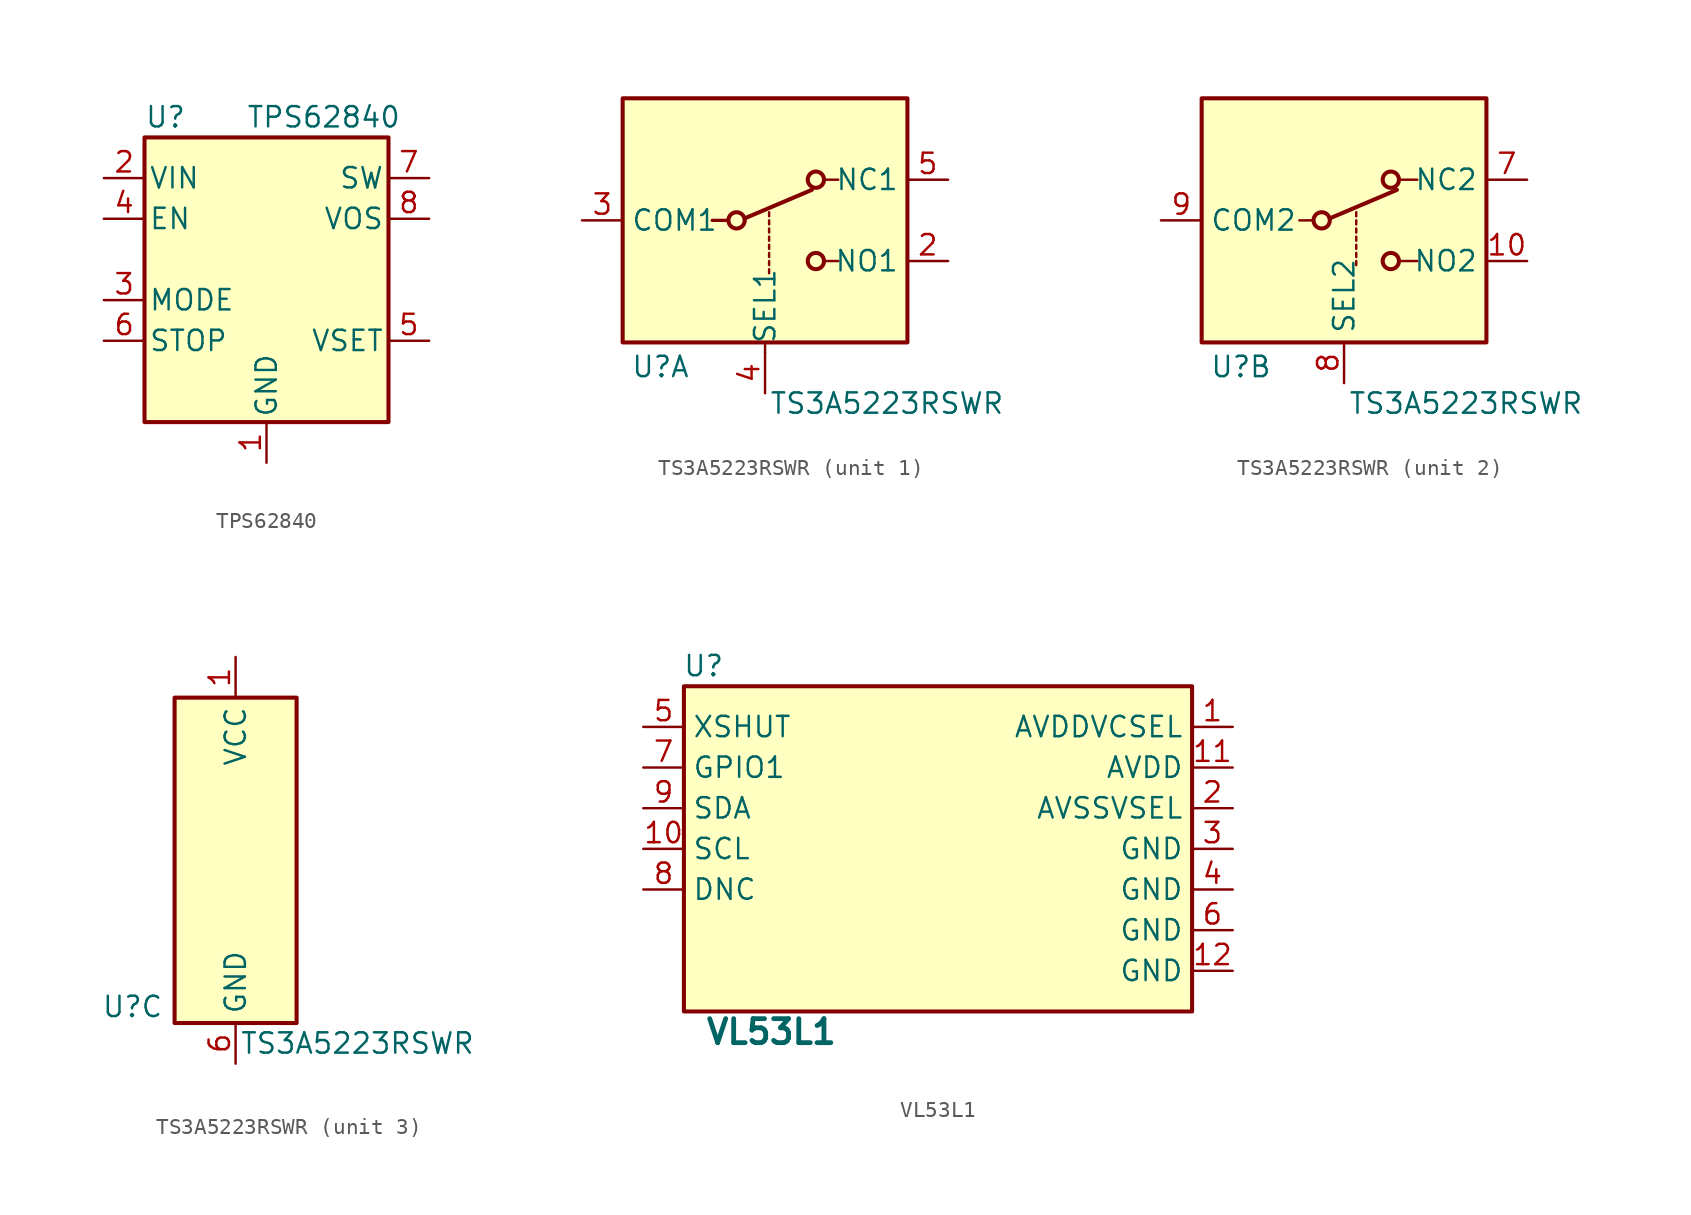
<source format=kicad_sym>
(kicad_symbol_lib
  (version 20211014)
  (generator kicad_symbol_editor)
  (symbol "TPS62840"
    (pin_names
      (offset 0.254))
    (property "Reference" "U"
      (at -7.62 11.43 0)
      (effects (font (size 1.27 1.27)) (justify left)))
    (property "Value" "TPS62840"
      (at -1.27 11.43 0)
      (effects (font (size 1.27 1.27)) (justify left)))
    (symbol "TPS62840_0_1"
      (rectangle (start -7.62 10.16) (end 7.62 -7.62) (stroke (width 0.254) (type default) (color 0 0 0 0)) (fill (type background))))
    (symbol "TPS62840_1_1"
      (pin power_in line (at 0 -10.16 90) (length 2.54) (name "GND" (effects (font (size 1.27 1.27)))) (number "1" (effects (font (size 1.27 1.27)))))
      (pin power_in line (at -10.16 7.62 0) (length 2.54) (name "VIN" (effects (font (size 1.27 1.27)))) (number "2" (effects (font (size 1.27 1.27)))))
      (pin input line (at -10.16 0 0) (length 2.54) (name "MODE" (effects (font (size 1.27 1.27)))) (number "3" (effects (font (size 1.27 1.27)))))
      (pin input line (at -10.16 5.08 0) (length 2.54) (name "EN" (effects (font (size 1.27 1.27)))) (number "4" (effects (font (size 1.27 1.27)))))
      (pin input line (at 10.16 -2.54 180) (length 2.54) (name "VSET" (effects (font (size 1.27 1.27)))) (number "5" (effects (font (size 1.27 1.27)))))
      (pin input line (at -10.16 -2.54 0) (length 2.54) (name "STOP" (effects (font (size 1.27 1.27)))) (number "6" (effects (font (size 1.27 1.27)))))
      (pin output line (at 10.16 7.62 180) (length 2.54) (name "SW" (effects (font (size 1.27 1.27)))) (number "7" (effects (font (size 1.27 1.27)))))
      (pin input line (at 10.16 5.08 180) (length 2.54) (name "VOS" (effects (font (size 1.27 1.27)))) (number "8" (effects (font (size 1.27 1.27)))))))
  (symbol "TS3A5223RSWR"
    (property "Reference" "U"
      (at -8.382 -9.144 0)
      (effects (font (size 1.27 1.27)) (justify left)))
    (property "Value" "TS3A5223RSWR"
      (at 0.254 -11.43 0)
      (effects (font (size 1.27 1.27)) (justify left)))
    (property "ki_locked" ""
      (at 0 0 0)
      (effects (font (size 1.27 1.27))))
    (symbol "TS3A5223RSWR_1_1"
      (rectangle (start -8.89 7.62) (end 8.89 -7.62) (stroke (width 0.254) (type default) (color 0 0 0 0)) (fill (type background)))
      (circle (center -1.778 0) (radius 0.508) (stroke (width 0.254) (type default) (color 0 0 0 0)) (fill (type none)))
      (polyline (pts (xy -3.302 0) (xy -2.286 0)) (stroke (width 0.203) (type default) (color 0 0 0 0)) (fill (type none)))
      (polyline (pts (xy -1.27 0.127) (xy 2.921 1.905)) (stroke (width 0.254) (type default) (color 0 0 0 0)) (fill (type none)))
      (polyline (pts (xy 0 -8.255) (xy 0 -7.747)) (stroke (width 0) (type default) (color 0 0 0 0)) (fill (type none)))
      (polyline (pts (xy 0.254 -3.302) (xy 0.254 -3.048)) (stroke (width 0) (type default) (color 0 0 0 0)) (fill (type none)))
      (polyline (pts (xy 0.254 -2.794) (xy 0.254 -2.54)) (stroke (width 0) (type default) (color 0 0 0 0)) (fill (type none)))
      (polyline (pts (xy 0.254 -2.286) (xy 0.254 -2.032)) (stroke (width 0) (type default) (color 0 0 0 0)) (fill (type none)))
      (polyline (pts (xy 0.254 -1.778) (xy 0.254 -1.524)) (stroke (width 0) (type default) (color 0 0 0 0)) (fill (type none)))
      (polyline (pts (xy 0.254 -1.27) (xy 0.254 -1.016)) (stroke (width 0) (type default) (color 0 0 0 0)) (fill (type none)))
      (polyline (pts (xy 0.254 -0.762) (xy 0.254 -0.508)) (stroke (width 0) (type default) (color 0 0 0 0)) (fill (type none)))
      (polyline (pts (xy 0.254 -0.254) (xy 0.254 0)) (stroke (width 0) (type default) (color 0 0 0 0)) (fill (type none)))
      (polyline (pts (xy 0.254 0.254) (xy 0.254 0.508)) (stroke (width 0) (type default) (color 0 0 0 0)) (fill (type none)))
      (polyline (pts (xy 4.572 -2.54) (xy 3.81 -2.54)) (stroke (width 0) (type default) (color 0 0 0 0)) (fill (type none)))
      (polyline (pts (xy 4.572 2.54) (xy 3.81 2.54)) (stroke (width 0) (type default) (color 0 0 0 0)) (fill (type none)))
      (circle (center 3.175 -2.54) (radius 0.508) (stroke (width 0.254) (type default) (color 0 0 0 0)) (fill (type none)))
      (circle (center 3.175 2.54) (radius 0.508) (stroke (width 0.254) (type default) (color 0 0 0 0)) (fill (type none)))
      (pin bidirectional line (at 11.43 -2.54 180) (length 2.54) (name "NO1" (effects (font (size 1.27 1.27)))) (number "2" (effects (font (size 1.27 1.27)))))
      (pin bidirectional line (at -11.43 0 0) (length 2.54) (name "COM1" (effects (font (size 1.27 1.27)))) (number "3" (effects (font (size 1.27 1.27)))))
      (pin bidirectional line (at 0 -10.795 90) (length 2.54) (name "SEL1" (effects (font (size 1.27 1.27)))) (number "4" (effects (font (size 1.27 1.27)))))
      (pin bidirectional line (at 11.43 2.54 180) (length 2.54) (name "NC1" (effects (font (size 1.27 1.27)))) (number "5" (effects (font (size 1.27 1.27))))))
    (symbol "TS3A5223RSWR_2_1"
      (rectangle (start -8.89 7.62) (end 8.89 -7.62) (stroke (width 0.254) (type default) (color 0 0 0 0)) (fill (type background)))
      (circle (center -1.397 0) (radius 0.508) (stroke (width 0.254) (type default) (color 0 0 0 0)) (fill (type none)))
      (polyline (pts (xy -2.032 0) (xy -2.794 0)) (stroke (width 0) (type default) (color 0 0 0 0)) (fill (type none)))
      (polyline (pts (xy -0.889 0.127) (xy 3.302 1.905)) (stroke (width 0.254) (type default) (color 0 0 0 0)) (fill (type none)))
      (polyline (pts (xy 0.762 -2.794) (xy 0.762 -2.54)) (stroke (width 0) (type default) (color 0 0 0 0)) (fill (type none)))
      (polyline (pts (xy 0.762 -2.286) (xy 0.762 -2.032)) (stroke (width 0) (type default) (color 0 0 0 0)) (fill (type none)))
      (polyline (pts (xy 0.762 -1.778) (xy 0.762 -1.524)) (stroke (width 0) (type default) (color 0 0 0 0)) (fill (type none)))
      (polyline (pts (xy 0.762 -1.27) (xy 0.762 -1.016)) (stroke (width 0) (type default) (color 0 0 0 0)) (fill (type none)))
      (polyline (pts (xy 0.762 -0.762) (xy 0.762 -0.508)) (stroke (width 0) (type default) (color 0 0 0 0)) (fill (type none)))
      (polyline (pts (xy 0.762 -0.254) (xy 0.762 0)) (stroke (width 0) (type default) (color 0 0 0 0)) (fill (type none)))
      (polyline (pts (xy 0.762 0.254) (xy 0.762 0.508)) (stroke (width 0) (type default) (color 0 0 0 0)) (fill (type none)))
      (polyline (pts (xy 4.572 -2.54) (xy 3.556 -2.54)) (stroke (width 0) (type default) (color 0 0 0 0)) (fill (type none)))
      (polyline (pts (xy 4.572 2.54) (xy 3.556 2.54)) (stroke (width 0) (type default) (color 0 0 0 0)) (fill (type none)))
      (circle (center 2.921 -2.54) (radius 0.508) (stroke (width 0.254) (type default) (color 0 0 0 0)) (fill (type none)))
      (circle (center 2.921 2.54) (radius 0.508) (stroke (width 0.254) (type default) (color 0 0 0 0)) (fill (type none)))
      (pin bidirectional line (at 11.43 -2.54 180) (length 2.54) (name "NO2" (effects (font (size 1.27 1.27)))) (number "10" (effects (font (size 1.27 1.27)))))
      (pin bidirectional line (at 11.43 2.54 180) (length 2.54) (name "NC2" (effects (font (size 1.27 1.27)))) (number "7" (effects (font (size 1.27 1.27)))))
      (pin bidirectional line (at 0 -10.16 90) (length 2.54) (name "SEL2" (effects (font (size 1.27 1.27)))) (number "8" (effects (font (size 1.27 1.27)))))
      (pin passive line (at -11.43 0 0) (length 2.54) (name "COM2" (effects (font (size 1.27 1.27)))) (number "9" (effects (font (size 1.27 1.27))))))
    (symbol "TS3A5223RSWR_3_1"
      (rectangle (start -3.81 10.16) (end 3.81 -10.16) (stroke (width 0.254) (type default) (color 0 0 0 0)) (fill (type background)))
      (pin power_in line (at 0 12.7 270) (length 2.54) (name "VCC" (effects (font (size 1.27 1.27)))) (number "1" (effects (font (size 1.27 1.27)))))
      (pin power_in line (at 0 -12.7 90) (length 2.54) (name "GND" (effects (font (size 1.27 1.27)))) (number "6" (effects (font (size 1.27 1.27)))))))
  (symbol "VL53L1"
    (property "Reference" "U"
      (at -13.97 11.43 0)
      (effects (font (size 1.27 1.27)) (justify right)))
    (property "Value" "VL53L1"
      (at -15.24 -11.43 0)
      (effects (font (size 1.499 1.499) bold) (justify left)))
    (symbol "VL53L1_0_1"
      (rectangle (start -16.51 10.16) (end 15.24 -10.16) (stroke (width 0.254) (type default) (color 0 0 0 0)) (fill (type background))))
    (symbol "VL53L1_1_1"
      (pin power_in line (at 17.78 7.62 180) (length 2.54) (name "AVDDVCSEL" (effects (font (size 1.27 1.27)))) (number "1" (effects (font (size 1.27 1.27)))))
      (pin bidirectional line (at -19.05 0 0) (length 2.54) (name "SCL" (effects (font (size 1.27 1.27)))) (number "10" (effects (font (size 1.27 1.27)))))
      (pin power_in line (at 17.78 5.08 180) (length 2.54) (name "AVDD" (effects (font (size 1.27 1.27)))) (number "11" (effects (font (size 1.27 1.27)))))
      (pin power_in line (at 17.78 -7.62 180) (length 2.54) (name "GND" (effects (font (size 1.27 1.27)))) (number "12" (effects (font (size 1.27 1.27)))))
      (pin power_in line (at 17.78 2.54 180) (length 2.54) (name "AVSSVSEL" (effects (font (size 1.27 1.27)))) (number "2" (effects (font (size 1.27 1.27)))))
      (pin power_in line (at 17.78 0 180) (length 2.54) (name "GND" (effects (font (size 1.27 1.27)))) (number "3" (effects (font (size 1.27 1.27)))))
      (pin power_in line (at 17.78 -2.54 180) (length 2.54) (name "GND" (effects (font (size 1.27 1.27)))) (number "4" (effects (font (size 1.27 1.27)))))
      (pin bidirectional line (at -19.05 7.62 0) (length 2.54) (name "XSHUT" (effects (font (size 1.27 1.27)))) (number "5" (effects (font (size 1.27 1.27)))))
      (pin power_in line (at 17.78 -5.08 180) (length 2.54) (name "GND" (effects (font (size 1.27 1.27)))) (number "6" (effects (font (size 1.27 1.27)))))
      (pin bidirectional line (at -19.05 5.08 0) (length 2.54) (name "GPIO1" (effects (font (size 1.27 1.27)))) (number "7" (effects (font (size 1.27 1.27)))))
      (pin passive line (at -19.05 -2.54 0) (length 2.54) (name "DNC" (effects (font (size 1.27 1.27)))) (number "8" (effects (font (size 1.27 1.27)))))
      (pin bidirectional line (at -19.05 2.54 0) (length 2.54) (name "SDA" (effects (font (size 1.27 1.27)))) (number "9" (effects (font (size 1.27 1.27))))))))
</source>
